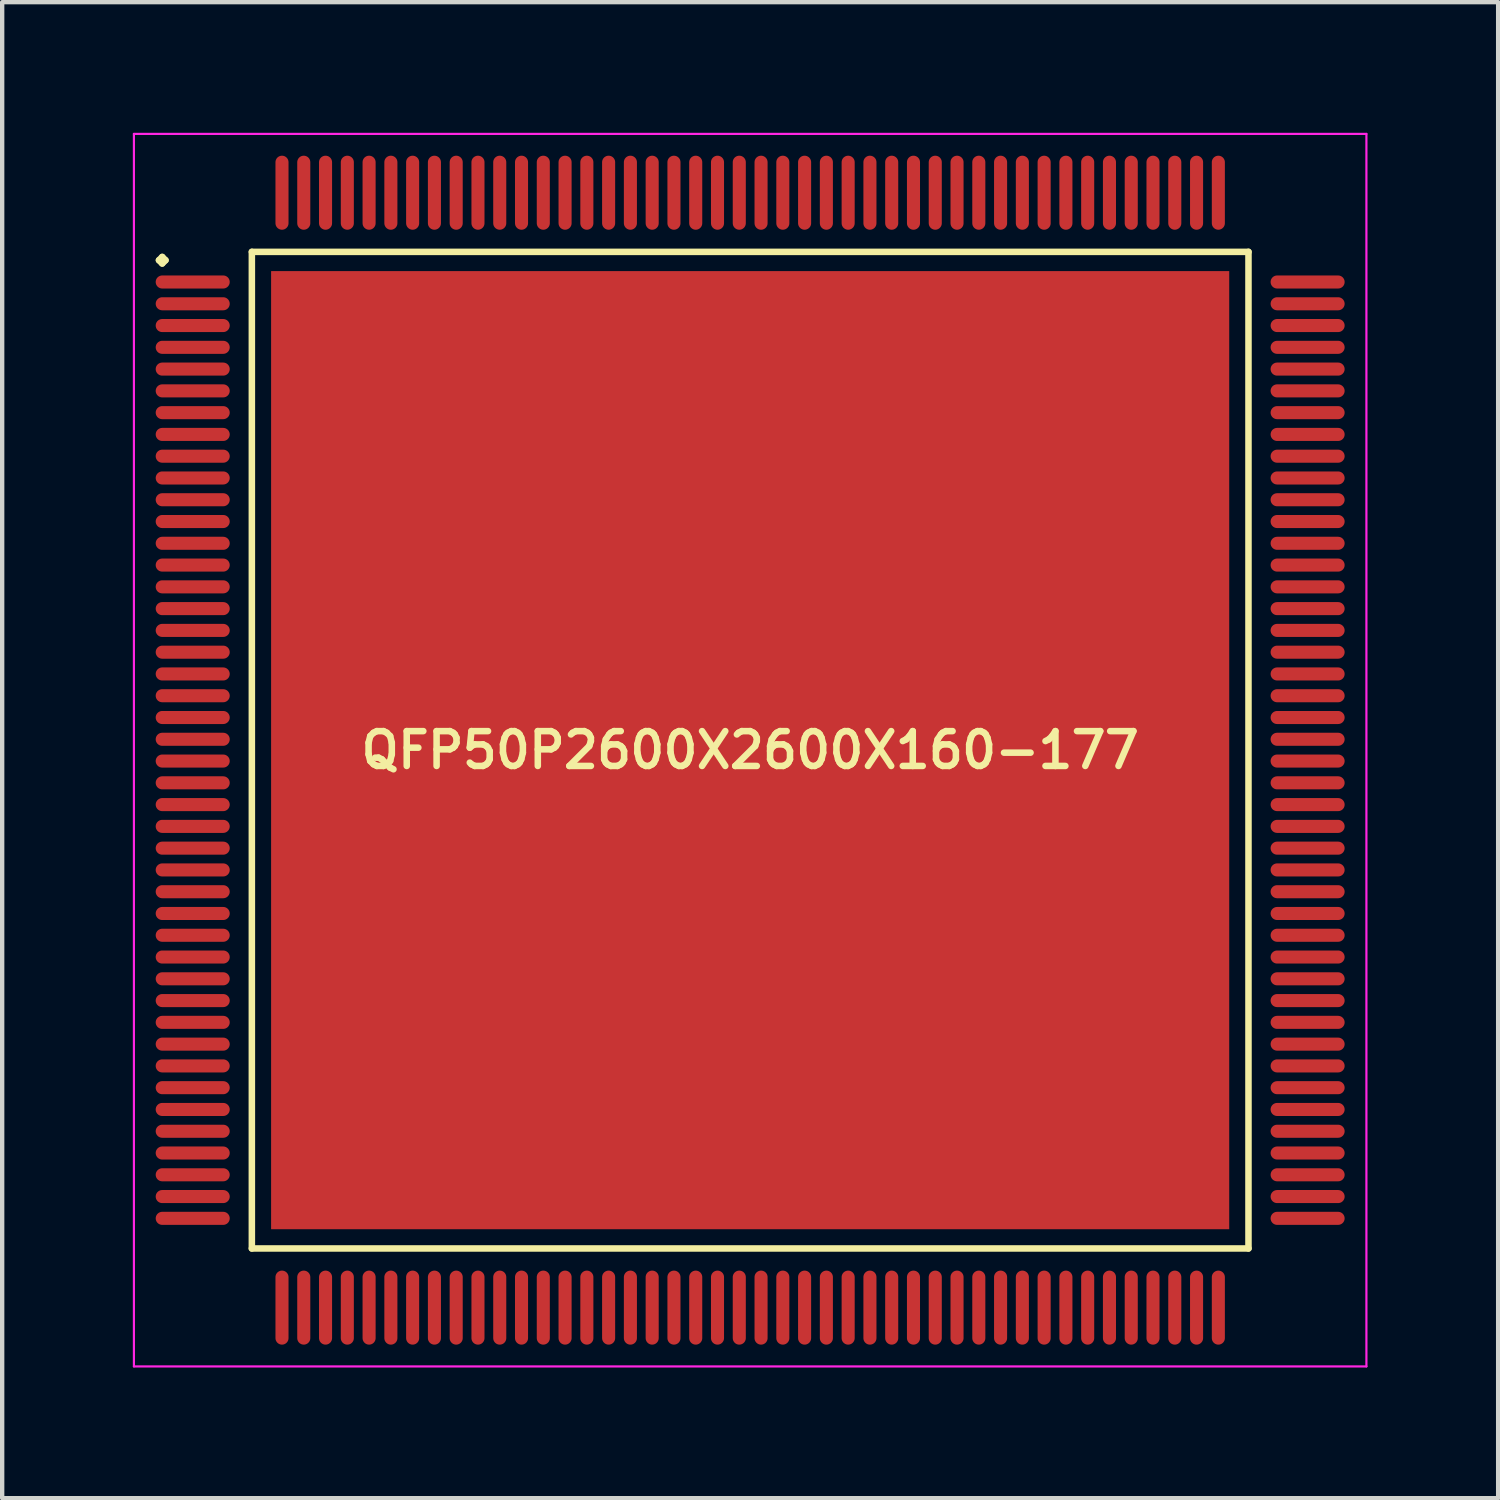
<source format=kicad_pcb>
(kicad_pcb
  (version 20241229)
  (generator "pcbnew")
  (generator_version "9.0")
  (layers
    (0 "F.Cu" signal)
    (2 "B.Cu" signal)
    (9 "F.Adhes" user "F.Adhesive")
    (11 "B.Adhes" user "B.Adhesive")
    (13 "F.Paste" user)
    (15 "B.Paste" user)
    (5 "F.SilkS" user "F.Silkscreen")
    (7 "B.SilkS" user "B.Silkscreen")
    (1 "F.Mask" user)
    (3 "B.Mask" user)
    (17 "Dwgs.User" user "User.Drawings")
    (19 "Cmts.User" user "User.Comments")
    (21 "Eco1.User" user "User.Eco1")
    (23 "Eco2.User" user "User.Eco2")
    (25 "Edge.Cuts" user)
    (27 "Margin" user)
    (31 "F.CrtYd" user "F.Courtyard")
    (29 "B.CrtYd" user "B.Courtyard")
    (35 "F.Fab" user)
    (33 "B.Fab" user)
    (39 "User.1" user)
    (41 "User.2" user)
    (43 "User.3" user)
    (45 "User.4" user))
  (footprint "QFP50P2600X2600X160-177"
    (layer "F.Cu")
    (at 14.175 14.175)
    (property "Reference" "QFP50P2600X2600X160-177" (at 0 0 0) (layer "F.SilkS") (effects (font (size 0.8 0.8) (thickness 0.15))))
    (attr smd)
    (fp_line (start -13.575 -11.25) (end -13.5 -11.325) (stroke (width 0.15) (type solid)) (layer "F.SilkS"))
    (fp_line (start -13.5 -11.325) (end -13.425 -11.25) (stroke (width 0.15) (type solid)) (layer "F.SilkS"))
    (fp_line (start -13.5 -11.175) (end -13.575 -11.25) (stroke (width 0.15) (type solid)) (layer "F.SilkS"))
    (fp_line (start -13.425 -11.25) (end -13.5 -11.175) (stroke (width 0.15) (type solid)) (layer "F.SilkS"))
    (fp_line (start -11.442 -11.442) (end -11.442 11.442) (stroke (width 0.15) (type solid)) (layer "F.SilkS"))
    (fp_line (start -11.442 11.442) (end 11.442 11.442) (stroke (width 0.15) (type solid)) (layer "F.SilkS"))
    (fp_line (start 11.442 -11.442) (end -11.442 -11.442) (stroke (width 0.15) (type solid)) (layer "F.SilkS"))
    (fp_line (start 11.442 11.442) (end 11.442 -11.442) (stroke (width 0.15) (type solid)) (layer "F.SilkS"))
    (fp_line (start -14.15 -14.15) (end 14.15 -14.15) (stroke (width 0.05) (type solid)) (layer "F.CrtYd"))
    (fp_line (start -14.15 14.15) (end -14.15 -14.15) (stroke (width 0.05) (type solid)) (layer "F.CrtYd"))
    (fp_line (start 14.15 -14.15) (end 14.15 14.15) (stroke (width 0.05) (type solid)) (layer "F.CrtYd"))
    (fp_line (start 14.15 14.15) (end -14.15 14.15) (stroke (width 0.05) (type solid)) (layer "F.CrtYd"))
    (pad "1" smd oval (at -12.8 -10.75) (size 1.7 0.3) (layers "F.Cu" "F.Mask" "F.Paste"))
    (pad "2" smd oval (at -12.8 -10.25) (size 1.7 0.3) (layers "F.Cu" "F.Mask" "F.Paste"))
    (pad "3" smd oval (at -12.8 -9.75) (size 1.7 0.3) (layers "F.Cu" "F.Mask" "F.Paste"))
    (pad "4" smd oval (at -12.8 -9.25) (size 1.7 0.3) (layers "F.Cu" "F.Mask" "F.Paste"))
    (pad "5" smd oval (at -12.8 -8.75) (size 1.7 0.3) (layers "F.Cu" "F.Mask" "F.Paste"))
    (pad "6" smd oval (at -12.8 -8.25) (size 1.7 0.3) (layers "F.Cu" "F.Mask" "F.Paste"))
    (pad "7" smd oval (at -12.8 -7.75) (size 1.7 0.3) (layers "F.Cu" "F.Mask" "F.Paste"))
    (pad "8" smd oval (at -12.8 -7.25) (size 1.7 0.3) (layers "F.Cu" "F.Mask" "F.Paste"))
    (pad "9" smd oval (at -12.8 -6.75) (size 1.7 0.3) (layers "F.Cu" "F.Mask" "F.Paste"))
    (pad "10" smd oval (at -12.8 -6.25) (size 1.7 0.3) (layers "F.Cu" "F.Mask" "F.Paste"))
    (pad "11" smd oval (at -12.8 -5.75) (size 1.7 0.3) (layers "F.Cu" "F.Mask" "F.Paste"))
    (pad "12" smd oval (at -12.8 -5.25) (size 1.7 0.3) (layers "F.Cu" "F.Mask" "F.Paste"))
    (pad "13" smd oval (at -12.8 -4.75) (size 1.7 0.3) (layers "F.Cu" "F.Mask" "F.Paste"))
    (pad "14" smd oval (at -12.8 -4.25) (size 1.7 0.3) (layers "F.Cu" "F.Mask" "F.Paste"))
    (pad "15" smd oval (at -12.8 -3.75) (size 1.7 0.3) (layers "F.Cu" "F.Mask" "F.Paste"))
    (pad "16" smd oval (at -12.8 -3.25) (size 1.7 0.3) (layers "F.Cu" "F.Mask" "F.Paste"))
    (pad "17" smd oval (at -12.8 -2.75) (size 1.7 0.3) (layers "F.Cu" "F.Mask" "F.Paste"))
    (pad "18" smd oval (at -12.8 -2.25) (size 1.7 0.3) (layers "F.Cu" "F.Mask" "F.Paste"))
    (pad "19" smd oval (at -12.8 -1.75) (size 1.7 0.3) (layers "F.Cu" "F.Mask" "F.Paste"))
    (pad "20" smd oval (at -12.8 -1.25) (size 1.7 0.3) (layers "F.Cu" "F.Mask" "F.Paste"))
    (pad "21" smd oval (at -12.8 -0.75) (size 1.7 0.3) (layers "F.Cu" "F.Mask" "F.Paste"))
    (pad "22" smd oval (at -12.8 -0.25) (size 1.7 0.3) (layers "F.Cu" "F.Mask" "F.Paste"))
    (pad "23" smd oval (at -12.8 0.25) (size 1.7 0.3) (layers "F.Cu" "F.Mask" "F.Paste"))
    (pad "24" smd oval (at -12.8 0.75) (size 1.7 0.3) (layers "F.Cu" "F.Mask" "F.Paste"))
    (pad "25" smd oval (at -12.8 1.25) (size 1.7 0.3) (layers "F.Cu" "F.Mask" "F.Paste"))
    (pad "26" smd oval (at -12.8 1.75) (size 1.7 0.3) (layers "F.Cu" "F.Mask" "F.Paste"))
    (pad "27" smd oval (at -12.8 2.25) (size 1.7 0.3) (layers "F.Cu" "F.Mask" "F.Paste"))
    (pad "28" smd oval (at -12.8 2.75) (size 1.7 0.3) (layers "F.Cu" "F.Mask" "F.Paste"))
    (pad "29" smd oval (at -12.8 3.25) (size 1.7 0.3) (layers "F.Cu" "F.Mask" "F.Paste"))
    (pad "30" smd oval (at -12.8 3.75) (size 1.7 0.3) (layers "F.Cu" "F.Mask" "F.Paste"))
    (pad "31" smd oval (at -12.8 4.25) (size 1.7 0.3) (layers "F.Cu" "F.Mask" "F.Paste"))
    (pad "32" smd oval (at -12.8 4.75) (size 1.7 0.3) (layers "F.Cu" "F.Mask" "F.Paste"))
    (pad "33" smd oval (at -12.8 5.25) (size 1.7 0.3) (layers "F.Cu" "F.Mask" "F.Paste"))
    (pad "34" smd oval (at -12.8 5.75) (size 1.7 0.3) (layers "F.Cu" "F.Mask" "F.Paste"))
    (pad "35" smd oval (at -12.8 6.25) (size 1.7 0.3) (layers "F.Cu" "F.Mask" "F.Paste"))
    (pad "36" smd oval (at -12.8 6.75) (size 1.7 0.3) (layers "F.Cu" "F.Mask" "F.Paste"))
    (pad "37" smd oval (at -12.8 7.25) (size 1.7 0.3) (layers "F.Cu" "F.Mask" "F.Paste"))
    (pad "38" smd oval (at -12.8 7.75) (size 1.7 0.3) (layers "F.Cu" "F.Mask" "F.Paste"))
    (pad "39" smd oval (at -12.8 8.25) (size 1.7 0.3) (layers "F.Cu" "F.Mask" "F.Paste"))
    (pad "40" smd oval (at -12.8 8.75) (size 1.7 0.3) (layers "F.Cu" "F.Mask" "F.Paste"))
    (pad "41" smd oval (at -12.8 9.25) (size 1.7 0.3) (layers "F.Cu" "F.Mask" "F.Paste"))
    (pad "42" smd oval (at -12.8 9.75) (size 1.7 0.3) (layers "F.Cu" "F.Mask" "F.Paste"))
    (pad "43" smd oval (at -12.8 10.25) (size 1.7 0.3) (layers "F.Cu" "F.Mask" "F.Paste"))
    (pad "44" smd oval (at -12.8 10.75) (size 1.7 0.3) (layers "F.Cu" "F.Mask" "F.Paste"))
    (pad "45" smd oval (at -10.75 12.8) (size 0.3 1.7) (layers "F.Cu" "F.Mask" "F.Paste"))
    (pad "46" smd oval (at -10.25 12.8) (size 0.3 1.7) (layers "F.Cu" "F.Mask" "F.Paste"))
    (pad "47" smd oval (at -9.75 12.8) (size 0.3 1.7) (layers "F.Cu" "F.Mask" "F.Paste"))
    (pad "48" smd oval (at -9.25 12.8) (size 0.3 1.7) (layers "F.Cu" "F.Mask" "F.Paste"))
    (pad "49" smd oval (at -8.75 12.8) (size 0.3 1.7) (layers "F.Cu" "F.Mask" "F.Paste"))
    (pad "50" smd oval (at -8.25 12.8) (size 0.3 1.7) (layers "F.Cu" "F.Mask" "F.Paste"))
    (pad "51" smd oval (at -7.75 12.8) (size 0.3 1.7) (layers "F.Cu" "F.Mask" "F.Paste"))
    (pad "52" smd oval (at -7.25 12.8) (size 0.3 1.7) (layers "F.Cu" "F.Mask" "F.Paste"))
    (pad "53" smd oval (at -6.75 12.8) (size 0.3 1.7) (layers "F.Cu" "F.Mask" "F.Paste"))
    (pad "54" smd oval (at -6.25 12.8) (size 0.3 1.7) (layers "F.Cu" "F.Mask" "F.Paste"))
    (pad "55" smd oval (at -5.75 12.8) (size 0.3 1.7) (layers "F.Cu" "F.Mask" "F.Paste"))
    (pad "56" smd oval (at -5.25 12.8) (size 0.3 1.7) (layers "F.Cu" "F.Mask" "F.Paste"))
    (pad "57" smd oval (at -4.75 12.8) (size 0.3 1.7) (layers "F.Cu" "F.Mask" "F.Paste"))
    (pad "58" smd oval (at -4.25 12.8) (size 0.3 1.7) (layers "F.Cu" "F.Mask" "F.Paste"))
    (pad "59" smd oval (at -3.75 12.8) (size 0.3 1.7) (layers "F.Cu" "F.Mask" "F.Paste"))
    (pad "60" smd oval (at -3.25 12.8) (size 0.3 1.7) (layers "F.Cu" "F.Mask" "F.Paste"))
    (pad "61" smd oval (at -2.75 12.8) (size 0.3 1.7) (layers "F.Cu" "F.Mask" "F.Paste"))
    (pad "62" smd oval (at -2.25 12.8) (size 0.3 1.7) (layers "F.Cu" "F.Mask" "F.Paste"))
    (pad "63" smd oval (at -1.75 12.8) (size 0.3 1.7) (layers "F.Cu" "F.Mask" "F.Paste"))
    (pad "64" smd oval (at -1.25 12.8) (size 0.3 1.7) (layers "F.Cu" "F.Mask" "F.Paste"))
    (pad "65" smd oval (at -0.75 12.8) (size 0.3 1.7) (layers "F.Cu" "F.Mask" "F.Paste"))
    (pad "66" smd oval (at -0.25 12.8) (size 0.3 1.7) (layers "F.Cu" "F.Mask" "F.Paste"))
    (pad "67" smd oval (at 0.25 12.8) (size 0.3 1.7) (layers "F.Cu" "F.Mask" "F.Paste"))
    (pad "68" smd oval (at 0.75 12.8) (size 0.3 1.7) (layers "F.Cu" "F.Mask" "F.Paste"))
    (pad "69" smd oval (at 1.25 12.8) (size 0.3 1.7) (layers "F.Cu" "F.Mask" "F.Paste"))
    (pad "70" smd oval (at 1.75 12.8) (size 0.3 1.7) (layers "F.Cu" "F.Mask" "F.Paste"))
    (pad "71" smd oval (at 2.25 12.8) (size 0.3 1.7) (layers "F.Cu" "F.Mask" "F.Paste"))
    (pad "72" smd oval (at 2.75 12.8) (size 0.3 1.7) (layers "F.Cu" "F.Mask" "F.Paste"))
    (pad "73" smd oval (at 3.25 12.8) (size 0.3 1.7) (layers "F.Cu" "F.Mask" "F.Paste"))
    (pad "74" smd oval (at 3.75 12.8) (size 0.3 1.7) (layers "F.Cu" "F.Mask" "F.Paste"))
    (pad "75" smd oval (at 4.25 12.8) (size 0.3 1.7) (layers "F.Cu" "F.Mask" "F.Paste"))
    (pad "76" smd oval (at 4.75 12.8) (size 0.3 1.7) (layers "F.Cu" "F.Mask" "F.Paste"))
    (pad "77" smd oval (at 5.25 12.8) (size 0.3 1.7) (layers "F.Cu" "F.Mask" "F.Paste"))
    (pad "78" smd oval (at 5.75 12.8) (size 0.3 1.7) (layers "F.Cu" "F.Mask" "F.Paste"))
    (pad "79" smd oval (at 6.25 12.8) (size 0.3 1.7) (layers "F.Cu" "F.Mask" "F.Paste"))
    (pad "80" smd oval (at 6.75 12.8) (size 0.3 1.7) (layers "F.Cu" "F.Mask" "F.Paste"))
    (pad "81" smd oval (at 7.25 12.8) (size 0.3 1.7) (layers "F.Cu" "F.Mask" "F.Paste"))
    (pad "82" smd oval (at 7.75 12.8) (size 0.3 1.7) (layers "F.Cu" "F.Mask" "F.Paste"))
    (pad "83" smd oval (at 8.25 12.8) (size 0.3 1.7) (layers "F.Cu" "F.Mask" "F.Paste"))
    (pad "84" smd oval (at 8.75 12.8) (size 0.3 1.7) (layers "F.Cu" "F.Mask" "F.Paste"))
    (pad "85" smd oval (at 9.25 12.8) (size 0.3 1.7) (layers "F.Cu" "F.Mask" "F.Paste"))
    (pad "86" smd oval (at 9.75 12.8) (size 0.3 1.7) (layers "F.Cu" "F.Mask" "F.Paste"))
    (pad "87" smd oval (at 10.25 12.8) (size 0.3 1.7) (layers "F.Cu" "F.Mask" "F.Paste"))
    (pad "88" smd oval (at 10.75 12.8) (size 0.3 1.7) (layers "F.Cu" "F.Mask" "F.Paste"))
    (pad "89" smd oval (at 12.8 10.75) (size 1.7 0.3) (layers "F.Cu" "F.Mask" "F.Paste"))
    (pad "90" smd oval (at 12.8 10.25) (size 1.7 0.3) (layers "F.Cu" "F.Mask" "F.Paste"))
    (pad "91" smd oval (at 12.8 9.75) (size 1.7 0.3) (layers "F.Cu" "F.Mask" "F.Paste"))
    (pad "92" smd oval (at 12.8 9.25) (size 1.7 0.3) (layers "F.Cu" "F.Mask" "F.Paste"))
    (pad "93" smd oval (at 12.8 8.75) (size 1.7 0.3) (layers "F.Cu" "F.Mask" "F.Paste"))
    (pad "94" smd oval (at 12.8 8.25) (size 1.7 0.3) (layers "F.Cu" "F.Mask" "F.Paste"))
    (pad "95" smd oval (at 12.8 7.75) (size 1.7 0.3) (layers "F.Cu" "F.Mask" "F.Paste"))
    (pad "96" smd oval (at 12.8 7.25) (size 1.7 0.3) (layers "F.Cu" "F.Mask" "F.Paste"))
    (pad "97" smd oval (at 12.8 6.75) (size 1.7 0.3) (layers "F.Cu" "F.Mask" "F.Paste"))
    (pad "98" smd oval (at 12.8 6.25) (size 1.7 0.3) (layers "F.Cu" "F.Mask" "F.Paste"))
    (pad "99" smd oval (at 12.8 5.75) (size 1.7 0.3) (layers "F.Cu" "F.Mask" "F.Paste"))
    (pad "100" smd oval (at 12.8 5.25) (size 1.7 0.3) (layers "F.Cu" "F.Mask" "F.Paste"))
    (pad "101" smd oval (at 12.8 4.75) (size 1.7 0.3) (layers "F.Cu" "F.Mask" "F.Paste"))
    (pad "102" smd oval (at 12.8 4.25) (size 1.7 0.3) (layers "F.Cu" "F.Mask" "F.Paste"))
    (pad "103" smd oval (at 12.8 3.75) (size 1.7 0.3) (layers "F.Cu" "F.Mask" "F.Paste"))
    (pad "104" smd oval (at 12.8 3.25) (size 1.7 0.3) (layers "F.Cu" "F.Mask" "F.Paste"))
    (pad "105" smd oval (at 12.8 2.75) (size 1.7 0.3) (layers "F.Cu" "F.Mask" "F.Paste"))
    (pad "106" smd oval (at 12.8 2.25) (size 1.7 0.3) (layers "F.Cu" "F.Mask" "F.Paste"))
    (pad "107" smd oval (at 12.8 1.75) (size 1.7 0.3) (layers "F.Cu" "F.Mask" "F.Paste"))
    (pad "108" smd oval (at 12.8 1.25) (size 1.7 0.3) (layers "F.Cu" "F.Mask" "F.Paste"))
    (pad "109" smd oval (at 12.8 0.75) (size 1.7 0.3) (layers "F.Cu" "F.Mask" "F.Paste"))
    (pad "110" smd oval (at 12.8 0.25) (size 1.7 0.3) (layers "F.Cu" "F.Mask" "F.Paste"))
    (pad "111" smd oval (at 12.8 -0.25) (size 1.7 0.3) (layers "F.Cu" "F.Mask" "F.Paste"))
    (pad "112" smd oval (at 12.8 -0.75) (size 1.7 0.3) (layers "F.Cu" "F.Mask" "F.Paste"))
    (pad "113" smd oval (at 12.8 -1.25) (size 1.7 0.3) (layers "F.Cu" "F.Mask" "F.Paste"))
    (pad "114" smd oval (at 12.8 -1.75) (size 1.7 0.3) (layers "F.Cu" "F.Mask" "F.Paste"))
    (pad "115" smd oval (at 12.8 -2.25) (size 1.7 0.3) (layers "F.Cu" "F.Mask" "F.Paste"))
    (pad "116" smd oval (at 12.8 -2.75) (size 1.7 0.3) (layers "F.Cu" "F.Mask" "F.Paste"))
    (pad "117" smd oval (at 12.8 -3.25) (size 1.7 0.3) (layers "F.Cu" "F.Mask" "F.Paste"))
    (pad "118" smd oval (at 12.8 -3.75) (size 1.7 0.3) (layers "F.Cu" "F.Mask" "F.Paste"))
    (pad "119" smd oval (at 12.8 -4.25) (size 1.7 0.3) (layers "F.Cu" "F.Mask" "F.Paste"))
    (pad "120" smd oval (at 12.8 -4.75) (size 1.7 0.3) (layers "F.Cu" "F.Mask" "F.Paste"))
    (pad "121" smd oval (at 12.8 -5.25) (size 1.7 0.3) (layers "F.Cu" "F.Mask" "F.Paste"))
    (pad "122" smd oval (at 12.8 -5.75) (size 1.7 0.3) (layers "F.Cu" "F.Mask" "F.Paste"))
    (pad "123" smd oval (at 12.8 -6.25) (size 1.7 0.3) (layers "F.Cu" "F.Mask" "F.Paste"))
    (pad "124" smd oval (at 12.8 -6.75) (size 1.7 0.3) (layers "F.Cu" "F.Mask" "F.Paste"))
    (pad "125" smd oval (at 12.8 -7.25) (size 1.7 0.3) (layers "F.Cu" "F.Mask" "F.Paste"))
    (pad "126" smd oval (at 12.8 -7.75) (size 1.7 0.3) (layers "F.Cu" "F.Mask" "F.Paste"))
    (pad "127" smd oval (at 12.8 -8.25) (size 1.7 0.3) (layers "F.Cu" "F.Mask" "F.Paste"))
    (pad "128" smd oval (at 12.8 -8.75) (size 1.7 0.3) (layers "F.Cu" "F.Mask" "F.Paste"))
    (pad "129" smd oval (at 12.8 -9.25) (size 1.7 0.3) (layers "F.Cu" "F.Mask" "F.Paste"))
    (pad "130" smd oval (at 12.8 -9.75) (size 1.7 0.3) (layers "F.Cu" "F.Mask" "F.Paste"))
    (pad "131" smd oval (at 12.8 -10.25) (size 1.7 0.3) (layers "F.Cu" "F.Mask" "F.Paste"))
    (pad "132" smd oval (at 12.8 -10.75) (size 1.7 0.3) (layers "F.Cu" "F.Mask" "F.Paste"))
    (pad "133" smd oval (at 10.75 -12.8) (size 0.3 1.7) (layers "F.Cu" "F.Mask" "F.Paste"))
    (pad "134" smd oval (at 10.25 -12.8) (size 0.3 1.7) (layers "F.Cu" "F.Mask" "F.Paste"))
    (pad "135" smd oval (at 9.75 -12.8) (size 0.3 1.7) (layers "F.Cu" "F.Mask" "F.Paste"))
    (pad "136" smd oval (at 9.25 -12.8) (size 0.3 1.7) (layers "F.Cu" "F.Mask" "F.Paste"))
    (pad "137" smd oval (at 8.75 -12.8) (size 0.3 1.7) (layers "F.Cu" "F.Mask" "F.Paste"))
    (pad "138" smd oval (at 8.25 -12.8) (size 0.3 1.7) (layers "F.Cu" "F.Mask" "F.Paste"))
    (pad "139" smd oval (at 7.75 -12.8) (size 0.3 1.7) (layers "F.Cu" "F.Mask" "F.Paste"))
    (pad "140" smd oval (at 7.25 -12.8) (size 0.3 1.7) (layers "F.Cu" "F.Mask" "F.Paste"))
    (pad "141" smd oval (at 6.75 -12.8) (size 0.3 1.7) (layers "F.Cu" "F.Mask" "F.Paste"))
    (pad "142" smd oval (at 6.25 -12.8) (size 0.3 1.7) (layers "F.Cu" "F.Mask" "F.Paste"))
    (pad "143" smd oval (at 5.75 -12.8) (size 0.3 1.7) (layers "F.Cu" "F.Mask" "F.Paste"))
    (pad "144" smd oval (at 5.25 -12.8) (size 0.3 1.7) (layers "F.Cu" "F.Mask" "F.Paste"))
    (pad "145" smd oval (at 4.75 -12.8) (size 0.3 1.7) (layers "F.Cu" "F.Mask" "F.Paste"))
    (pad "146" smd oval (at 4.25 -12.8) (size 0.3 1.7) (layers "F.Cu" "F.Mask" "F.Paste"))
    (pad "147" smd oval (at 3.75 -12.8) (size 0.3 1.7) (layers "F.Cu" "F.Mask" "F.Paste"))
    (pad "148" smd oval (at 3.25 -12.8) (size 0.3 1.7) (layers "F.Cu" "F.Mask" "F.Paste"))
    (pad "149" smd oval (at 2.75 -12.8) (size 0.3 1.7) (layers "F.Cu" "F.Mask" "F.Paste"))
    (pad "150" smd oval (at 2.25 -12.8) (size 0.3 1.7) (layers "F.Cu" "F.Mask" "F.Paste"))
    (pad "151" smd oval (at 1.75 -12.8) (size 0.3 1.7) (layers "F.Cu" "F.Mask" "F.Paste"))
    (pad "152" smd oval (at 1.25 -12.8) (size 0.3 1.7) (layers "F.Cu" "F.Mask" "F.Paste"))
    (pad "153" smd oval (at 0.75 -12.8) (size 0.3 1.7) (layers "F.Cu" "F.Mask" "F.Paste"))
    (pad "154" smd oval (at 0.25 -12.8) (size 0.3 1.7) (layers "F.Cu" "F.Mask" "F.Paste"))
    (pad "155" smd oval (at -0.25 -12.8) (size 0.3 1.7) (layers "F.Cu" "F.Mask" "F.Paste"))
    (pad "156" smd oval (at -0.75 -12.8) (size 0.3 1.7) (layers "F.Cu" "F.Mask" "F.Paste"))
    (pad "157" smd oval (at -1.25 -12.8) (size 0.3 1.7) (layers "F.Cu" "F.Mask" "F.Paste"))
    (pad "158" smd oval (at -1.75 -12.8) (size 0.3 1.7) (layers "F.Cu" "F.Mask" "F.Paste"))
    (pad "159" smd oval (at -2.25 -12.8) (size 0.3 1.7) (layers "F.Cu" "F.Mask" "F.Paste"))
    (pad "160" smd oval (at -2.75 -12.8) (size 0.3 1.7) (layers "F.Cu" "F.Mask" "F.Paste"))
    (pad "161" smd oval (at -3.25 -12.8) (size 0.3 1.7) (layers "F.Cu" "F.Mask" "F.Paste"))
    (pad "162" smd oval (at -3.75 -12.8) (size 0.3 1.7) (layers "F.Cu" "F.Mask" "F.Paste"))
    (pad "163" smd oval (at -4.25 -12.8) (size 0.3 1.7) (layers "F.Cu" "F.Mask" "F.Paste"))
    (pad "164" smd oval (at -4.75 -12.8) (size 0.3 1.7) (layers "F.Cu" "F.Mask" "F.Paste"))
    (pad "165" smd oval (at -5.25 -12.8) (size 0.3 1.7) (layers "F.Cu" "F.Mask" "F.Paste"))
    (pad "166" smd oval (at -5.75 -12.8) (size 0.3 1.7) (layers "F.Cu" "F.Mask" "F.Paste"))
    (pad "167" smd oval (at -6.25 -12.8) (size 0.3 1.7) (layers "F.Cu" "F.Mask" "F.Paste"))
    (pad "168" smd oval (at -6.75 -12.8) (size 0.3 1.7) (layers "F.Cu" "F.Mask" "F.Paste"))
    (pad "169" smd oval (at -7.25 -12.8) (size 0.3 1.7) (layers "F.Cu" "F.Mask" "F.Paste"))
    (pad "170" smd oval (at -7.75 -12.8) (size 0.3 1.7) (layers "F.Cu" "F.Mask" "F.Paste"))
    (pad "171" smd oval (at -8.25 -12.8) (size 0.3 1.7) (layers "F.Cu" "F.Mask" "F.Paste"))
    (pad "172" smd oval (at -8.75 -12.8) (size 0.3 1.7) (layers "F.Cu" "F.Mask" "F.Paste"))
    (pad "173" smd oval (at -9.25 -12.8) (size 0.3 1.7) (layers "F.Cu" "F.Mask" "F.Paste"))
    (pad "174" smd oval (at -9.75 -12.8) (size 0.3 1.7) (layers "F.Cu" "F.Mask" "F.Paste"))
    (pad "175" smd oval (at -10.25 -12.8) (size 0.3 1.7) (layers "F.Cu" "F.Mask" "F.Paste"))
    (pad "176" smd oval (at -10.75 -12.8) (size 0.3 1.7) (layers "F.Cu" "F.Mask" "F.Paste"))
    (pad "177" smd rect (at 0 0) (size 22 22) (layers "F.Cu" "F.Mask" "F.Paste")))
  (gr_rect
    (start -3 -3)
    (end 31.35 31.35)
    (stroke (width 0.1) (type default))
    (fill no)
    (layer "Edge.Cuts")))
</source>
